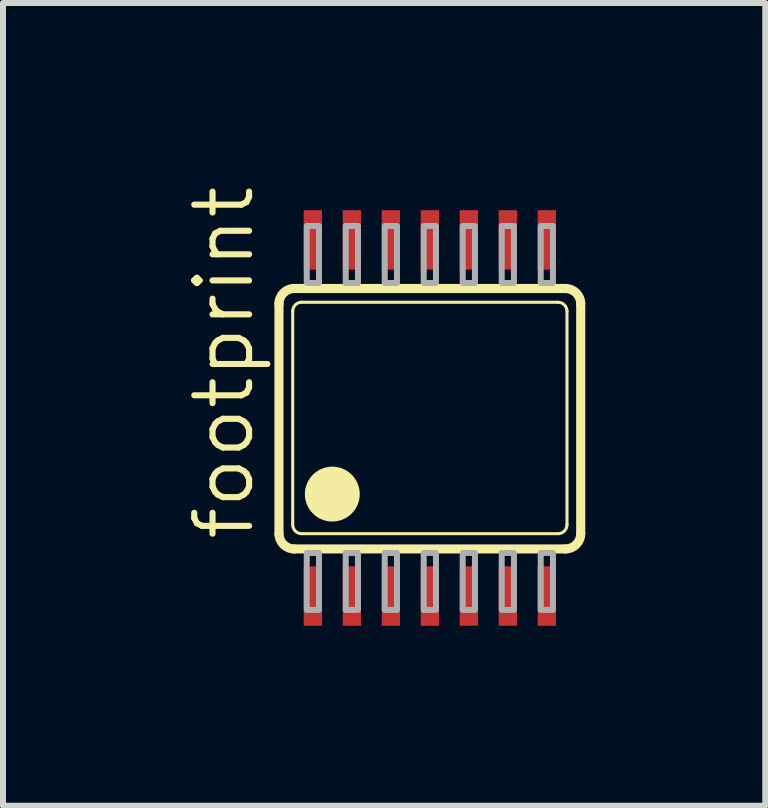
<source format=kicad_pcb>
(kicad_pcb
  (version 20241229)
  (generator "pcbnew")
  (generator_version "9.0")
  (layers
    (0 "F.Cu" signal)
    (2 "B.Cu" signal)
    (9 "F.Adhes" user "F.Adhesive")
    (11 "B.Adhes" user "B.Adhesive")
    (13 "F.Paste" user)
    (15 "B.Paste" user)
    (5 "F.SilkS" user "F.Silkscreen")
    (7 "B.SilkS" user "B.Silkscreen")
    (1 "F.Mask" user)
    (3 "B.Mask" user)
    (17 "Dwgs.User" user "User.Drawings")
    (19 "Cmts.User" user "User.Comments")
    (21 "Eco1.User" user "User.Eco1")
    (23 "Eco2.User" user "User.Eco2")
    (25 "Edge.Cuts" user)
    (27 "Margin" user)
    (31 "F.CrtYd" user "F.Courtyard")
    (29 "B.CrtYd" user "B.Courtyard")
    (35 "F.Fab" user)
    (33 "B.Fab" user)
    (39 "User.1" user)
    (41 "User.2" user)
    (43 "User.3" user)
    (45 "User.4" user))
  (footprint "footprint"
    (layer "F.Cu")
    (at 4.115 3.917)
    (property "Reference" "footprint" (at -2.896 2.083 90) (layer "F.SilkS") (effects (font (size 0.914 0.914) (thickness 0.102)) (justify left bottom)))
    (fp_line (start -2.515 1.929) (end -2.515 -1.904) (stroke (width 0.152) (type solid)) (layer "F.SilkS"))
    (fp_line (start -2.286 1.779) (end -2.286 -1.779) (stroke (width 0.051) (type solid)) (layer "F.SilkS"))
    (fp_line (start -2.261 -2.158) (end 2.261 -2.158) (stroke (width 0.152) (type solid)) (layer "F.SilkS"))
    (fp_line (start -2.136 -1.929) (end 2.136 -1.929) (stroke (width 0.051) (type solid)) (layer "F.SilkS"))
    (fp_line (start 2.136 1.929) (end -2.136 1.929) (stroke (width 0.051) (type solid)) (layer "F.SilkS"))
    (fp_line (start 2.261 2.183) (end -2.261 2.183) (stroke (width 0.152) (type solid)) (layer "F.SilkS"))
    (fp_line (start 2.286 -1.779) (end 2.286 1.779) (stroke (width 0.051) (type solid)) (layer "F.SilkS"))
    (fp_line (start 2.515 -1.904) (end 2.515 1.929) (stroke (width 0.152) (type solid)) (layer "F.SilkS"))
    (fp_arc (start -2.5146 -1.9038) (mid -2.440205 -2.083405) (end -2.2606 -2.1578) (stroke (width 0.1524) (type solid)) (layer "F.SilkS"))
    (fp_arc (start -2.286 -1.7792) (mid -2.242066 -1.885266) (end -2.136 -1.9292) (stroke (width 0.0508) (type solid)) (layer "F.SilkS"))
    (fp_arc (start -2.2606 2.1828) (mid -2.440205 2.108405) (end -2.5146 1.9288) (stroke (width 0.1524) (type solid)) (layer "F.SilkS"))
    (fp_arc (start -2.136 1.9292) (mid -2.242066 1.885266) (end -2.286 1.7792) (stroke (width 0.0508) (type solid)) (layer "F.SilkS"))
    (fp_arc (start 2.136 -1.9292) (mid 2.242066 -1.885266) (end 2.286 -1.7792) (stroke (width 0.0508) (type solid)) (layer "F.SilkS"))
    (fp_arc (start 2.2606 -2.1578) (mid 2.440205 -2.083405) (end 2.5146 -1.9038) (stroke (width 0.1524) (type solid)) (layer "F.SilkS"))
    (fp_arc (start 2.286 1.7792) (mid 2.242066 1.885266) (end 2.136 1.9292) (stroke (width 0.0508) (type solid)) (layer "F.SilkS"))
    (fp_arc (start 2.5146 1.9288) (mid 2.440205 2.108405) (end 2.2606 2.1828) (stroke (width 0.1524) (type solid)) (layer "F.SilkS"))
    (fp_circle (center -1.626 1.269) (end -1.397 1.269) (stroke (width 0.457) (type solid)) (fill yes) (layer "F.SilkS"))
    (fp_poly (pts (xy -2.052 3.2) (xy -1.848 3.2) (xy -1.848 2.25) (xy -2.052 2.25)) (stroke (width 0.1) (type solid)) (fill no) (layer "F.Fab"))
    (fp_poly (pts (xy -1.848 -3.2) (xy -2.052 -3.2) (xy -2.052 -2.25) (xy -1.848 -2.25)) (stroke (width 0.1) (type solid)) (fill no) (layer "F.Fab"))
    (fp_poly (pts (xy -1.402 3.2) (xy -1.198 3.2) (xy -1.198 2.25) (xy -1.402 2.25)) (stroke (width 0.1) (type solid)) (fill no) (layer "F.Fab"))
    (fp_poly (pts (xy -1.198 -3.2) (xy -1.402 -3.2) (xy -1.402 -2.25) (xy -1.198 -2.25)) (stroke (width 0.1) (type solid)) (fill no) (layer "F.Fab"))
    (fp_poly (pts (xy -0.752 3.2) (xy -0.548 3.2) (xy -0.548 2.25) (xy -0.752 2.25)) (stroke (width 0.1) (type solid)) (fill no) (layer "F.Fab"))
    (fp_poly (pts (xy -0.548 -3.2) (xy -0.752 -3.2) (xy -0.752 -2.25) (xy -0.548 -2.25)) (stroke (width 0.1) (type solid)) (fill no) (layer "F.Fab"))
    (fp_poly (pts (xy -0.102 3.2) (xy 0.102 3.2) (xy 0.102 2.25) (xy -0.102 2.25)) (stroke (width 0.1) (type solid)) (fill no) (layer "F.Fab"))
    (fp_poly (pts (xy 0.102 -3.2) (xy -0.102 -3.2) (xy -0.102 -2.25) (xy 0.102 -2.25)) (stroke (width 0.1) (type solid)) (fill no) (layer "F.Fab"))
    (fp_poly (pts (xy 0.548 3.2) (xy 0.752 3.2) (xy 0.752 2.25) (xy 0.548 2.25)) (stroke (width 0.1) (type solid)) (fill no) (layer "F.Fab"))
    (fp_poly (pts (xy 0.752 -3.2) (xy 0.548 -3.2) (xy 0.548 -2.25) (xy 0.752 -2.25)) (stroke (width 0.1) (type solid)) (fill no) (layer "F.Fab"))
    (fp_poly (pts (xy 1.198 3.2) (xy 1.402 3.2) (xy 1.402 2.25) (xy 1.198 2.25)) (stroke (width 0.1) (type solid)) (fill no) (layer "F.Fab"))
    (fp_poly (pts (xy 1.402 -3.2) (xy 1.198 -3.2) (xy 1.198 -2.25) (xy 1.402 -2.25)) (stroke (width 0.1) (type solid)) (fill no) (layer "F.Fab"))
    (fp_poly (pts (xy 1.848 3.2) (xy 2.052 3.2) (xy 2.052 2.25) (xy 1.848 2.25)) (stroke (width 0.1) (type solid)) (fill no) (layer "F.Fab"))
    (fp_poly (pts (xy 2.052 -3.2) (xy 1.848 -3.2) (xy 1.848 -2.25) (xy 2.052 -2.25)) (stroke (width 0.1) (type solid)) (fill no) (layer "F.Fab"))
    (pad "1" smd rect (at -1.95 2.968) (size 0.305 0.991) (layers "F.Cu" "F.Mask" "F.Paste"))
    (pad "2" smd rect (at -1.3 2.968) (size 0.305 0.991) (layers "F.Cu" "F.Mask" "F.Paste"))
    (pad "3" smd rect (at -0.65 2.968) (size 0.305 0.991) (layers "F.Cu" "F.Mask" "F.Paste"))
    (pad "4" smd rect (at 0 2.968) (size 0.305 0.991) (layers "F.Cu" "F.Mask" "F.Paste"))
    (pad "5" smd rect (at 0.65 2.968) (size 0.305 0.991) (layers "F.Cu" "F.Mask" "F.Paste"))
    (pad "6" smd rect (at 1.3 2.968) (size 0.305 0.991) (layers "F.Cu" "F.Mask" "F.Paste"))
    (pad "7" smd rect (at 1.95 2.968) (size 0.305 0.991) (layers "F.Cu" "F.Mask" "F.Paste"))
    (pad "8" smd rect (at 1.95 -2.968) (size 0.305 0.991) (layers "F.Cu" "F.Mask" "F.Paste"))
    (pad "9" smd rect (at 1.3 -2.968) (size 0.305 0.991) (layers "F.Cu" "F.Mask" "F.Paste"))
    (pad "10" smd rect (at 0.65 -2.968) (size 0.305 0.991) (layers "F.Cu" "F.Mask" "F.Paste"))
    (pad "11" smd rect (at 0 -2.968) (size 0.305 0.991) (layers "F.Cu" "F.Mask" "F.Paste"))
    (pad "12" smd rect (at -0.65 -2.968) (size 0.305 0.991) (layers "F.Cu" "F.Mask" "F.Paste"))
    (pad "13" smd rect (at -1.3 -2.968) (size 0.305 0.991) (layers "F.Cu" "F.Mask" "F.Paste"))
    (pad "14" smd rect (at -1.95 -2.968) (size 0.305 0.991) (layers "F.Cu" "F.Mask" "F.Paste")))
  (gr_rect
    (start -3 -3)
    (end 9.706 10.381)
    (stroke (width 0.1) (type default))
    (fill no)
    (layer "Edge.Cuts")))
</source>
